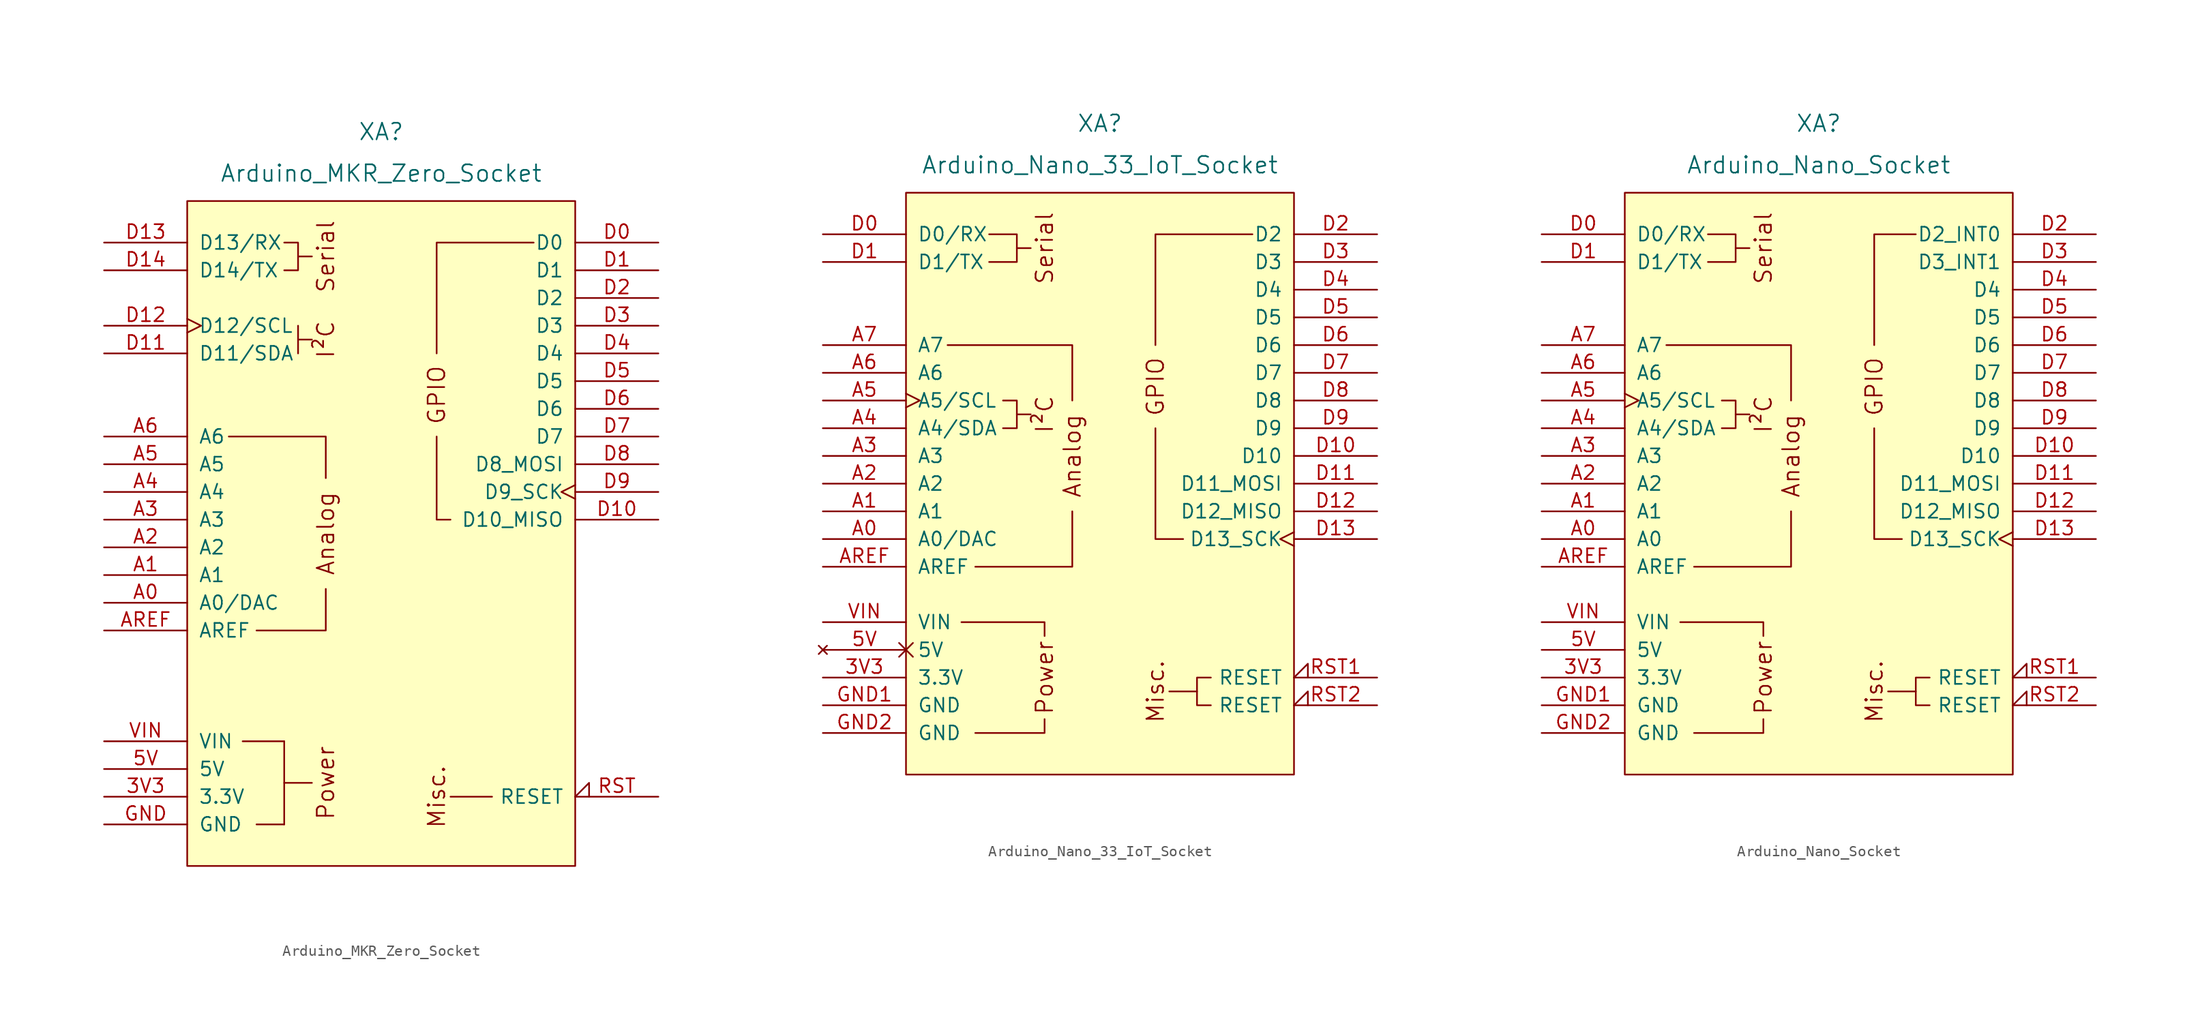
<source format=kicad_sym>
(kicad_symbol_lib
  (version 20211014)
  (generator kicad_symbol_editor)
  (symbol "Arduino_MKR_Zero_Socket"
    (pin_names
      (offset 1.016))
    (property "Reference" "XA"
      (at 0 36.83 0)
      (effects (font (size 1.524 1.524))))
    (property "Value" "Arduino_MKR_Zero_Socket"
      (at 0 33.02 0)
      (effects (font (size 1.524 1.524))))
    (symbol "Arduino_MKR_Zero_Socket_0_0"
      (rectangle (start -17.78 30.48) (end 17.78 -30.48) (stroke (width 0) (type default) (color 0 0 0 0)) (fill (type background)))
      (rectangle (start -12.7 -19.05) (end -8.89 -19.05) (stroke (width 0) (type default) (color 0 0 0 0)) (fill (type none)))
      (rectangle (start -11.43 -26.67) (end -8.89 -26.67) (stroke (width 0) (type default) (color 0 0 0 0)) (fill (type none)))
      (rectangle (start -8.89 -22.86) (end -6.35 -22.86) (stroke (width 0) (type default) (color 0 0 0 0)) (fill (type none)))
      (polyline (pts (xy -8.89 -19.05) (xy -8.89 -26.67)) (stroke (width 0) (type default) (color 0 0 0 0)) (fill (type none)))
      (polyline (pts (xy -7.62 25.4) (xy -6.35 25.4)) (stroke (width 0) (type default) (color 0 0 0 0)) (fill (type none)))
      (polyline (pts (xy -5.08 -5.08) (xy -5.08 -8.89) (xy -11.43 -8.89)) (stroke (width 0) (type default) (color 0 0 0 0)) (fill (type none)))
      (polyline (pts (xy -5.08 5.08) (xy -5.08 8.89) (xy -13.97 8.89)) (stroke (width 0) (type default) (color 0 0 0 0)) (fill (type none)))
      (polyline (pts (xy 5.08 8.89) (xy 5.08 1.27) (xy 6.35 1.27)) (stroke (width 0) (type default) (color 0 0 0 0)) (fill (type none)))
      (polyline (pts (xy 5.08 16.51) (xy 5.08 26.67) (xy 13.97 26.67)) (stroke (width 0) (type default) (color 0 0 0 0)) (fill (type none)))
      (polyline (pts (xy -8.89 26.67) (xy -7.62 26.67) (xy -7.62 24.13) (xy -8.89 24.13)) (stroke (width 0) (type default) (color 0 0 0 0)) (fill (type none)))
      (rectangle (start 6.35 -24.13) (end 10.16 -24.13) (stroke (width 0) (type default) (color 0 0 0 0)) (fill (type none)))
      (text "Analog" (at -5.08 0 900) (effects (font (size 1.524 1.524))))
      (text "I²C" (at -5.08 17.78 900) (effects (font (size 1.524 1.524))))
      (text "Misc." (at 5.08 -24.13 900) (effects (font (size 1.524 1.524))))
      (text "Power" (at -5.08 -22.86 900) (effects (font (size 1.524 1.524))))
      (text "Serial" (at -5.08 25.4 900) (effects (font (size 1.524 1.524)))))
    (symbol "Arduino_MKR_Zero_Socket_0_1"
      (polyline (pts (xy -7.62 16.51) (xy -7.62 19.05)) (stroke (width 0) (type default) (color 0 0 0 0)) (fill (type none)))
      (polyline (pts (xy -7.62 17.78) (xy -6.35 17.78)) (stroke (width 0) (type default) (color 0 0 0 0)) (fill (type none))))
    (symbol "Arduino_MKR_Zero_Socket_1_0"
      (text "GPIO" (at 5.08 12.7 900) (effects (font (size 1.524 1.524)))))
    (symbol "Arduino_MKR_Zero_Socket_1_1"
      (pin power_out line (at -25.4 -24.13 0) (length 7.62) (name "3.3V" (effects (font (size 1.27 1.27)))) (number "3V3" (effects (font (size 1.27 1.27)))))
      (pin power_in line (at -25.4 -21.59 0) (length 7.62) (name "5V" (effects (font (size 1.27 1.27)))) (number "5V" (effects (font (size 1.27 1.27)))))
      (pin bidirectional line (at -25.4 -6.35 0) (length 7.62) (name "A0/DAC" (effects (font (size 1.27 1.27)))) (number "A0" (effects (font (size 1.27 1.27)))))
      (pin bidirectional line (at -25.4 -3.81 0) (length 7.62) (name "A1" (effects (font (size 1.27 1.27)))) (number "A1" (effects (font (size 1.27 1.27)))))
      (pin bidirectional line (at -25.4 -1.27 0) (length 7.62) (name "A2" (effects (font (size 1.27 1.27)))) (number "A2" (effects (font (size 1.27 1.27)))))
      (pin bidirectional line (at -25.4 1.27 0) (length 7.62) (name "A3" (effects (font (size 1.27 1.27)))) (number "A3" (effects (font (size 1.27 1.27)))))
      (pin bidirectional line (at -25.4 3.81 0) (length 7.62) (name "A4" (effects (font (size 1.27 1.27)))) (number "A4" (effects (font (size 1.27 1.27)))))
      (pin bidirectional line (at -25.4 6.35 0) (length 7.62) (name "A5" (effects (font (size 1.27 1.27)))) (number "A5" (effects (font (size 1.27 1.27)))))
      (pin bidirectional line (at -25.4 8.89 0) (length 7.62) (name "A6" (effects (font (size 1.27 1.27)))) (number "A6" (effects (font (size 1.27 1.27)))))
      (pin input line (at -25.4 -8.89 0) (length 7.62) (name "AREF" (effects (font (size 1.27 1.27)))) (number "AREF" (effects (font (size 1.27 1.27)))))
      (pin bidirectional line (at 25.4 26.67 180) (length 7.62) (name "D0" (effects (font (size 1.27 1.27)))) (number "D0" (effects (font (size 1.27 1.27)))))
      (pin bidirectional line (at 25.4 24.13 180) (length 7.62) (name "D1" (effects (font (size 1.27 1.27)))) (number "D1" (effects (font (size 1.27 1.27)))))
      (pin bidirectional line (at 25.4 1.27 180) (length 7.62) (name "D10_MISO" (effects (font (size 1.27 1.27)))) (number "D10" (effects (font (size 1.27 1.27)))))
      (pin bidirectional line (at -25.4 16.51 0) (length 7.62) (name "D11/SDA" (effects (font (size 1.27 1.27)))) (number "D11" (effects (font (size 1.27 1.27)))))
      (pin bidirectional clock (at -25.4 19.05 0) (length 7.62) (name "D12/SCL" (effects (font (size 1.27 1.27)))) (number "D12" (effects (font (size 1.27 1.27)))))
      (pin bidirectional line (at -25.4 26.67 0) (length 7.62) (name "D13/RX" (effects (font (size 1.27 1.27)))) (number "D13" (effects (font (size 1.27 1.27)))))
      (pin bidirectional line (at -25.4 24.13 0) (length 7.62) (name "D14/TX" (effects (font (size 1.27 1.27)))) (number "D14" (effects (font (size 1.27 1.27)))))
      (pin bidirectional line (at 25.4 21.59 180) (length 7.62) (name "D2" (effects (font (size 1.27 1.27)))) (number "D2" (effects (font (size 1.27 1.27)))))
      (pin bidirectional line (at 25.4 19.05 180) (length 7.62) (name "D3" (effects (font (size 1.27 1.27)))) (number "D3" (effects (font (size 1.27 1.27)))))
      (pin bidirectional line (at 25.4 16.51 180) (length 7.62) (name "D4" (effects (font (size 1.27 1.27)))) (number "D4" (effects (font (size 1.27 1.27)))))
      (pin bidirectional line (at 25.4 13.97 180) (length 7.62) (name "D5" (effects (font (size 1.27 1.27)))) (number "D5" (effects (font (size 1.27 1.27)))))
      (pin bidirectional line (at 25.4 11.43 180) (length 7.62) (name "D6" (effects (font (size 1.27 1.27)))) (number "D6" (effects (font (size 1.27 1.27)))))
      (pin bidirectional line (at 25.4 8.89 180) (length 7.62) (name "D7" (effects (font (size 1.27 1.27)))) (number "D7" (effects (font (size 1.27 1.27)))))
      (pin bidirectional line (at 25.4 6.35 180) (length 7.62) (name "D8_MOSI" (effects (font (size 1.27 1.27)))) (number "D8" (effects (font (size 1.27 1.27)))))
      (pin bidirectional clock (at 25.4 3.81 180) (length 7.62) (name "D9_SCK" (effects (font (size 1.27 1.27)))) (number "D9" (effects (font (size 1.27 1.27)))))
      (pin power_in line (at -25.4 -26.67 0) (length 7.62) (name "GND" (effects (font (size 1.27 1.27)))) (number "GND" (effects (font (size 1.27 1.27)))))
      (pin open_collector input_low (at 25.4 -24.13 180) (length 7.62) (name "RESET" (effects (font (size 1.27 1.27)))) (number "RST" (effects (font (size 1.27 1.27)))))
      (pin power_in line (at -25.4 -19.05 0) (length 7.62) (name "VIN" (effects (font (size 1.27 1.27)))) (number "VIN" (effects (font (size 1.27 1.27)))))))
  (symbol "Arduino_Nano_33_IoT_Socket"
    (pin_names
      (offset 1.016))
    (property "Reference" "XA"
      (at 0 33.02 0)
      (effects (font (size 1.524 1.524))))
    (property "Value" "Arduino_Nano_33_IoT_Socket"
      (at 0 29.21 0)
      (effects (font (size 1.524 1.524))))
    (symbol "Arduino_Nano_33_IoT_Socket_0_0"
      (rectangle (start -17.78 26.67) (end 17.78 -26.67) (stroke (width 0) (type default) (color 0 0 0 0)) (fill (type background)))
      (polyline (pts (xy -7.62 6.35) (xy -6.35 6.35)) (stroke (width 0) (type default) (color 0 0 0 0)) (fill (type none)))
      (polyline (pts (xy -7.62 21.59) (xy -6.35 21.59)) (stroke (width 0) (type default) (color 0 0 0 0)) (fill (type none)))
      (polyline (pts (xy 8.89 -19.05) (xy 6.35 -19.05)) (stroke (width 0) (type default) (color 0 0 0 0)) (fill (type none)))
      (polyline (pts (xy -11.43 -22.86) (xy -5.08 -22.86) (xy -5.08 -21.59)) (stroke (width 0) (type default) (color 0 0 0 0)) (fill (type none)))
      (polyline (pts (xy -5.08 -13.97) (xy -5.08 -12.7) (xy -12.7 -12.7)) (stroke (width 0) (type default) (color 0 0 0 0)) (fill (type none)))
      (polyline (pts (xy -10.16 22.86) (xy -7.62 22.86) (xy -7.62 20.32) (xy -10.16 20.32)) (stroke (width 0) (type default) (color 0 0 0 0)) (fill (type none)))
      (polyline (pts (xy -8.89 7.62) (xy -7.62 7.62) (xy -7.62 5.08) (xy -8.89 5.08)) (stroke (width 0) (type default) (color 0 0 0 0)) (fill (type none)))
      (text "Analog" (at -2.54 2.54 900) (effects (font (size 1.524 1.524))))
      (text "I²C" (at -5.08 6.35 900) (effects (font (size 1.524 1.524))))
      (text "Misc." (at 5.08 -19.05 900) (effects (font (size 1.524 1.524))))
      (text "Power" (at -5.08 -17.78 900) (effects (font (size 1.524 1.524))))
      (text "Serial" (at -5.08 21.59 900) (effects (font (size 1.524 1.524)))))
    (symbol "Arduino_Nano_33_IoT_Socket_0_1"
      (polyline (pts (xy -13.97 12.7) (xy -2.54 12.7) (xy -2.54 7.62)) (stroke (width 0) (type default) (color 0 0 0 0)) (fill (type none)))
      (polyline (pts (xy -11.43 -7.62) (xy -2.54 -7.62) (xy -2.54 -2.54)) (stroke (width 0) (type default) (color 0 0 0 0)) (fill (type none)))
      (polyline (pts (xy 7.62 -5.08) (xy 5.08 -5.08) (xy 5.08 5.08)) (stroke (width 0) (type default) (color 0 0 0 0)) (fill (type none)))
      (polyline (pts (xy 13.97 22.86) (xy 5.08 22.86) (xy 5.08 12.7)) (stroke (width 0) (type default) (color 0 0 0 0)) (fill (type none)))
      (polyline (pts (xy 10.16 -17.78) (xy 8.89 -17.78) (xy 8.89 -20.32) (xy 10.16 -20.32)) (stroke (width 0) (type default) (color 0 0 0 0)) (fill (type none))))
    (symbol "Arduino_Nano_33_IoT_Socket_1_0"
      (text "GPIO" (at 5.08 8.89 900) (effects (font (size 1.524 1.524)))))
    (symbol "Arduino_Nano_33_IoT_Socket_1_1"
      (pin power_in line (at -25.4 -17.78 0) (length 7.62) (name "3.3V" (effects (font (size 1.27 1.27)))) (number "3V3" (effects (font (size 1.27 1.27)))))
      (pin no_connect non_logic (at -25.4 -15.24 0) (length 7.62) (name "5V" (effects (font (size 1.27 1.27)))) (number "5V" (effects (font (size 1.27 1.27)))))
      (pin bidirectional line (at -25.4 -5.08 0) (length 7.62) (name "A0/DAC" (effects (font (size 1.27 1.27)))) (number "A0" (effects (font (size 1.27 1.27)))))
      (pin bidirectional line (at -25.4 -2.54 0) (length 7.62) (name "A1" (effects (font (size 1.27 1.27)))) (number "A1" (effects (font (size 1.27 1.27)))))
      (pin bidirectional line (at -25.4 0 0) (length 7.62) (name "A2" (effects (font (size 1.27 1.27)))) (number "A2" (effects (font (size 1.27 1.27)))))
      (pin bidirectional line (at -25.4 2.54 0) (length 7.62) (name "A3" (effects (font (size 1.27 1.27)))) (number "A3" (effects (font (size 1.27 1.27)))))
      (pin bidirectional line (at -25.4 5.08 0) (length 7.62) (name "A4/SDA" (effects (font (size 1.27 1.27)))) (number "A4" (effects (font (size 1.27 1.27)))))
      (pin bidirectional clock (at -25.4 7.62 0) (length 7.62) (name "A5/SCL" (effects (font (size 1.27 1.27)))) (number "A5" (effects (font (size 1.27 1.27)))))
      (pin input line (at -25.4 10.16 0) (length 7.62) (name "A6" (effects (font (size 1.27 1.27)))) (number "A6" (effects (font (size 1.27 1.27)))))
      (pin input line (at -25.4 12.7 0) (length 7.62) (name "A7" (effects (font (size 1.27 1.27)))) (number "A7" (effects (font (size 1.27 1.27)))))
      (pin input line (at -25.4 -7.62 0) (length 7.62) (name "AREF" (effects (font (size 1.27 1.27)))) (number "AREF" (effects (font (size 1.27 1.27)))))
      (pin bidirectional line (at -25.4 22.86 0) (length 7.62) (name "D0/RX" (effects (font (size 1.27 1.27)))) (number "D0" (effects (font (size 1.27 1.27)))))
      (pin bidirectional line (at -25.4 20.32 0) (length 7.62) (name "D1/TX" (effects (font (size 1.27 1.27)))) (number "D1" (effects (font (size 1.27 1.27)))))
      (pin bidirectional line (at 25.4 2.54 180) (length 7.62) (name "D10" (effects (font (size 1.27 1.27)))) (number "D10" (effects (font (size 1.27 1.27)))))
      (pin bidirectional line (at 25.4 0 180) (length 7.62) (name "D11_MOSI" (effects (font (size 1.27 1.27)))) (number "D11" (effects (font (size 1.27 1.27)))))
      (pin bidirectional line (at 25.4 -2.54 180) (length 7.62) (name "D12_MISO" (effects (font (size 1.27 1.27)))) (number "D12" (effects (font (size 1.27 1.27)))))
      (pin bidirectional clock (at 25.4 -5.08 180) (length 7.62) (name "D13_SCK" (effects (font (size 1.27 1.27)))) (number "D13" (effects (font (size 1.27 1.27)))))
      (pin bidirectional line (at 25.4 22.86 180) (length 7.62) (name "D2" (effects (font (size 1.27 1.27)))) (number "D2" (effects (font (size 1.27 1.27)))))
      (pin bidirectional line (at 25.4 20.32 180) (length 7.62) (name "D3" (effects (font (size 1.27 1.27)))) (number "D3" (effects (font (size 1.27 1.27)))))
      (pin bidirectional line (at 25.4 17.78 180) (length 7.62) (name "D4" (effects (font (size 1.27 1.27)))) (number "D4" (effects (font (size 1.27 1.27)))))
      (pin bidirectional line (at 25.4 15.24 180) (length 7.62) (name "D5" (effects (font (size 1.27 1.27)))) (number "D5" (effects (font (size 1.27 1.27)))))
      (pin bidirectional line (at 25.4 12.7 180) (length 7.62) (name "D6" (effects (font (size 1.27 1.27)))) (number "D6" (effects (font (size 1.27 1.27)))))
      (pin bidirectional line (at 25.4 10.16 180) (length 7.62) (name "D7" (effects (font (size 1.27 1.27)))) (number "D7" (effects (font (size 1.27 1.27)))))
      (pin bidirectional line (at 25.4 7.62 180) (length 7.62) (name "D8" (effects (font (size 1.27 1.27)))) (number "D8" (effects (font (size 1.27 1.27)))))
      (pin bidirectional line (at 25.4 5.08 180) (length 7.62) (name "D9" (effects (font (size 1.27 1.27)))) (number "D9" (effects (font (size 1.27 1.27)))))
      (pin power_in line (at -25.4 -20.32 0) (length 7.62) (name "GND" (effects (font (size 1.27 1.27)))) (number "GND1" (effects (font (size 1.27 1.27)))))
      (pin power_in line (at -25.4 -22.86 0) (length 7.62) (name "GND" (effects (font (size 1.27 1.27)))) (number "GND2" (effects (font (size 1.27 1.27)))))
      (pin open_collector input_low (at 25.4 -17.78 180) (length 7.62) (name "RESET" (effects (font (size 1.27 1.27)))) (number "RST1" (effects (font (size 1.27 1.27)))))
      (pin open_collector input_low (at 25.4 -20.32 180) (length 7.62) (name "RESET" (effects (font (size 1.27 1.27)))) (number "RST2" (effects (font (size 1.27 1.27)))))
      (pin power_in line (at -25.4 -12.7 0) (length 7.62) (name "VIN" (effects (font (size 1.27 1.27)))) (number "VIN" (effects (font (size 1.27 1.27)))))))
  (symbol "Arduino_Nano_Socket"
    (pin_names
      (offset 1.016))
    (property "Reference" "XA"
      (at 0 33.02 0)
      (effects (font (size 1.524 1.524))))
    (property "Value" "Arduino_Nano_Socket"
      (at 0 29.21 0)
      (effects (font (size 1.524 1.524))))
    (symbol "Arduino_Nano_Socket_0_0"
      (rectangle (start -17.78 26.67) (end 17.78 -26.67) (stroke (width 0) (type default) (color 0 0 0 0)) (fill (type background)))
      (polyline (pts (xy -7.62 6.35) (xy -6.35 6.35)) (stroke (width 0) (type default) (color 0 0 0 0)) (fill (type none)))
      (polyline (pts (xy -7.62 21.59) (xy -6.35 21.59)) (stroke (width 0) (type default) (color 0 0 0 0)) (fill (type none)))
      (polyline (pts (xy 8.89 -19.05) (xy 6.35 -19.05)) (stroke (width 0) (type default) (color 0 0 0 0)) (fill (type none)))
      (polyline (pts (xy -11.43 -22.86) (xy -5.08 -22.86) (xy -5.08 -21.59)) (stroke (width 0) (type default) (color 0 0 0 0)) (fill (type none)))
      (polyline (pts (xy -5.08 -13.97) (xy -5.08 -12.7) (xy -12.7 -12.7)) (stroke (width 0) (type default) (color 0 0 0 0)) (fill (type none)))
      (polyline (pts (xy -10.16 22.86) (xy -7.62 22.86) (xy -7.62 20.32) (xy -10.16 20.32)) (stroke (width 0) (type default) (color 0 0 0 0)) (fill (type none)))
      (polyline (pts (xy -8.89 7.62) (xy -7.62 7.62) (xy -7.62 5.08) (xy -8.89 5.08)) (stroke (width 0) (type default) (color 0 0 0 0)) (fill (type none)))
      (text "Analog" (at -2.54 2.54 900) (effects (font (size 1.524 1.524))))
      (text "I²C" (at -5.08 6.35 900) (effects (font (size 1.524 1.524))))
      (text "Misc." (at 5.08 -19.05 900) (effects (font (size 1.524 1.524))))
      (text "Power" (at -5.08 -17.78 900) (effects (font (size 1.524 1.524))))
      (text "Serial" (at -5.08 21.59 900) (effects (font (size 1.524 1.524)))))
    (symbol "Arduino_Nano_Socket_0_1"
      (polyline (pts (xy -13.97 12.7) (xy -2.54 12.7) (xy -2.54 7.62)) (stroke (width 0) (type default) (color 0 0 0 0)) (fill (type none)))
      (polyline (pts (xy -11.43 -7.62) (xy -2.54 -7.62) (xy -2.54 -2.54)) (stroke (width 0) (type default) (color 0 0 0 0)) (fill (type none)))
      (polyline (pts (xy 7.62 -5.08) (xy 5.08 -5.08) (xy 5.08 5.08)) (stroke (width 0) (type default) (color 0 0 0 0)) (fill (type none)))
      (polyline (pts (xy 8.89 22.86) (xy 5.08 22.86) (xy 5.08 12.7)) (stroke (width 0) (type default) (color 0 0 0 0)) (fill (type none)))
      (polyline (pts (xy 10.16 -17.78) (xy 8.89 -17.78) (xy 8.89 -20.32) (xy 10.16 -20.32)) (stroke (width 0) (type default) (color 0 0 0 0)) (fill (type none))))
    (symbol "Arduino_Nano_Socket_1_0"
      (text "GPIO" (at 5.08 8.89 900) (effects (font (size 1.524 1.524)))))
    (symbol "Arduino_Nano_Socket_1_1"
      (pin power_out line (at -25.4 -17.78 0) (length 7.62) (name "3.3V" (effects (font (size 1.27 1.27)))) (number "3V3" (effects (font (size 1.27 1.27)))))
      (pin power_in line (at -25.4 -15.24 0) (length 7.62) (name "5V" (effects (font (size 1.27 1.27)))) (number "5V" (effects (font (size 1.27 1.27)))))
      (pin bidirectional line (at -25.4 -5.08 0) (length 7.62) (name "A0" (effects (font (size 1.27 1.27)))) (number "A0" (effects (font (size 1.27 1.27)))))
      (pin bidirectional line (at -25.4 -2.54 0) (length 7.62) (name "A1" (effects (font (size 1.27 1.27)))) (number "A1" (effects (font (size 1.27 1.27)))))
      (pin bidirectional line (at -25.4 0 0) (length 7.62) (name "A2" (effects (font (size 1.27 1.27)))) (number "A2" (effects (font (size 1.27 1.27)))))
      (pin bidirectional line (at -25.4 2.54 0) (length 7.62) (name "A3" (effects (font (size 1.27 1.27)))) (number "A3" (effects (font (size 1.27 1.27)))))
      (pin bidirectional line (at -25.4 5.08 0) (length 7.62) (name "A4/SDA" (effects (font (size 1.27 1.27)))) (number "A4" (effects (font (size 1.27 1.27)))))
      (pin bidirectional clock (at -25.4 7.62 0) (length 7.62) (name "A5/SCL" (effects (font (size 1.27 1.27)))) (number "A5" (effects (font (size 1.27 1.27)))))
      (pin input line (at -25.4 10.16 0) (length 7.62) (name "A6" (effects (font (size 1.27 1.27)))) (number "A6" (effects (font (size 1.27 1.27)))))
      (pin input line (at -25.4 12.7 0) (length 7.62) (name "A7" (effects (font (size 1.27 1.27)))) (number "A7" (effects (font (size 1.27 1.27)))))
      (pin input line (at -25.4 -7.62 0) (length 7.62) (name "AREF" (effects (font (size 1.27 1.27)))) (number "AREF" (effects (font (size 1.27 1.27)))))
      (pin bidirectional line (at -25.4 22.86 0) (length 7.62) (name "D0/RX" (effects (font (size 1.27 1.27)))) (number "D0" (effects (font (size 1.27 1.27)))))
      (pin bidirectional line (at -25.4 20.32 0) (length 7.62) (name "D1/TX" (effects (font (size 1.27 1.27)))) (number "D1" (effects (font (size 1.27 1.27)))))
      (pin bidirectional line (at 25.4 2.54 180) (length 7.62) (name "D10" (effects (font (size 1.27 1.27)))) (number "D10" (effects (font (size 1.27 1.27)))))
      (pin bidirectional line (at 25.4 0 180) (length 7.62) (name "D11_MOSI" (effects (font (size 1.27 1.27)))) (number "D11" (effects (font (size 1.27 1.27)))))
      (pin bidirectional line (at 25.4 -2.54 180) (length 7.62) (name "D12_MISO" (effects (font (size 1.27 1.27)))) (number "D12" (effects (font (size 1.27 1.27)))))
      (pin bidirectional clock (at 25.4 -5.08 180) (length 7.62) (name "D13_SCK" (effects (font (size 1.27 1.27)))) (number "D13" (effects (font (size 1.27 1.27)))))
      (pin bidirectional line (at 25.4 22.86 180) (length 7.62) (name "D2_INT0" (effects (font (size 1.27 1.27)))) (number "D2" (effects (font (size 1.27 1.27)))))
      (pin bidirectional line (at 25.4 20.32 180) (length 7.62) (name "D3_INT1" (effects (font (size 1.27 1.27)))) (number "D3" (effects (font (size 1.27 1.27)))))
      (pin bidirectional line (at 25.4 17.78 180) (length 7.62) (name "D4" (effects (font (size 1.27 1.27)))) (number "D4" (effects (font (size 1.27 1.27)))))
      (pin bidirectional line (at 25.4 15.24 180) (length 7.62) (name "D5" (effects (font (size 1.27 1.27)))) (number "D5" (effects (font (size 1.27 1.27)))))
      (pin bidirectional line (at 25.4 12.7 180) (length 7.62) (name "D6" (effects (font (size 1.27 1.27)))) (number "D6" (effects (font (size 1.27 1.27)))))
      (pin bidirectional line (at 25.4 10.16 180) (length 7.62) (name "D7" (effects (font (size 1.27 1.27)))) (number "D7" (effects (font (size 1.27 1.27)))))
      (pin bidirectional line (at 25.4 7.62 180) (length 7.62) (name "D8" (effects (font (size 1.27 1.27)))) (number "D8" (effects (font (size 1.27 1.27)))))
      (pin bidirectional line (at 25.4 5.08 180) (length 7.62) (name "D9" (effects (font (size 1.27 1.27)))) (number "D9" (effects (font (size 1.27 1.27)))))
      (pin power_in line (at -25.4 -20.32 0) (length 7.62) (name "GND" (effects (font (size 1.27 1.27)))) (number "GND1" (effects (font (size 1.27 1.27)))))
      (pin power_in line (at -25.4 -22.86 0) (length 7.62) (name "GND" (effects (font (size 1.27 1.27)))) (number "GND2" (effects (font (size 1.27 1.27)))))
      (pin open_collector input_low (at 25.4 -17.78 180) (length 7.62) (name "RESET" (effects (font (size 1.27 1.27)))) (number "RST1" (effects (font (size 1.27 1.27)))))
      (pin open_collector input_low (at 25.4 -20.32 180) (length 7.62) (name "RESET" (effects (font (size 1.27 1.27)))) (number "RST2" (effects (font (size 1.27 1.27)))))
      (pin power_in line (at -25.4 -12.7 0) (length 7.62) (name "VIN" (effects (font (size 1.27 1.27)))) (number "VIN" (effects (font (size 1.27 1.27))))))))
</source>
